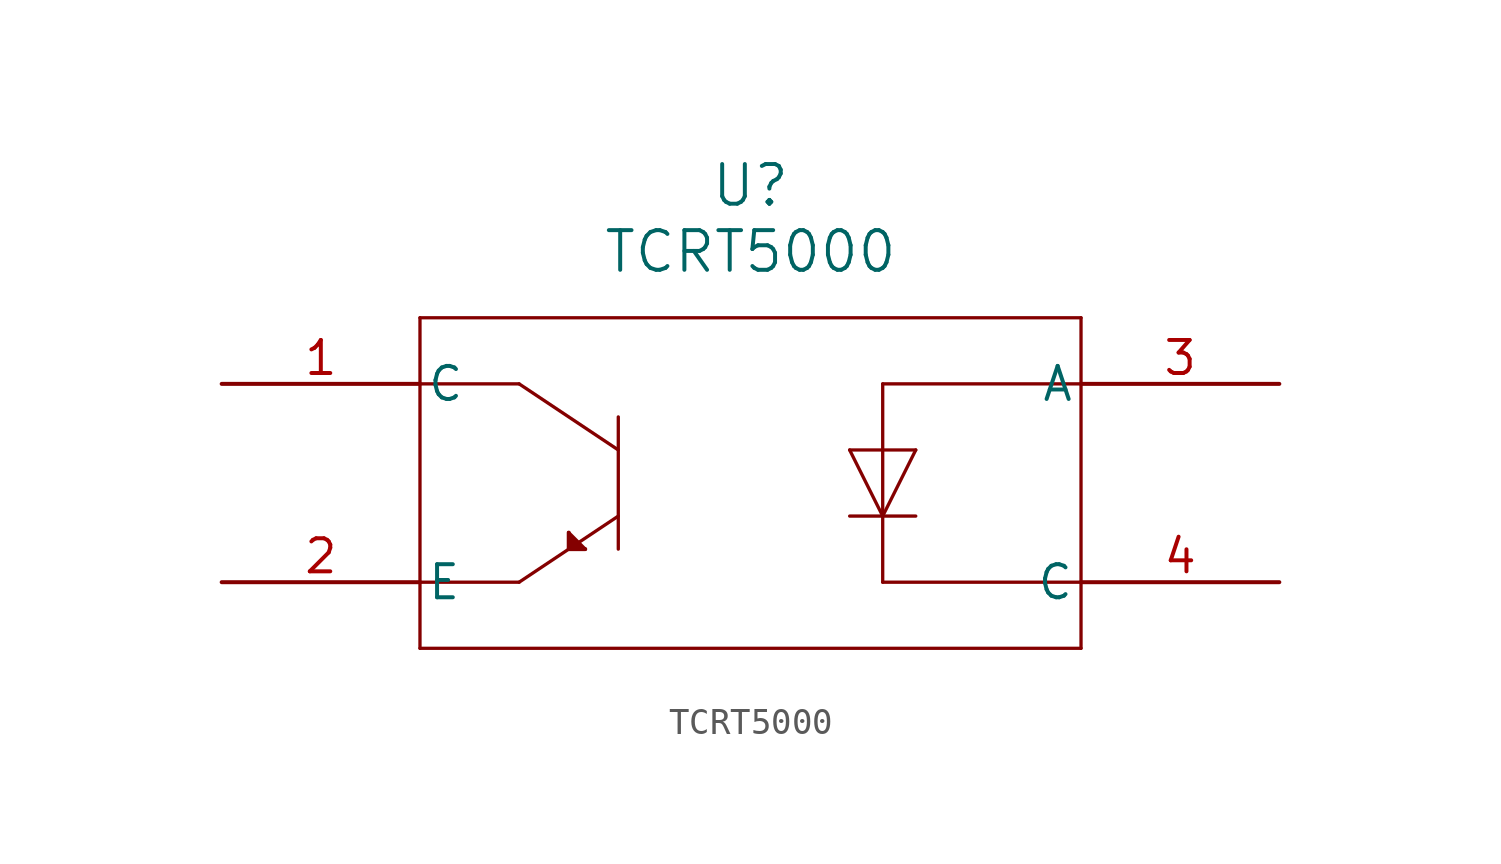
<source format=kicad_sym>
(kicad_symbol_lib
  (version 20241209)
  (generator "kicad_symbol_editor")
  (generator_version "9.0")
  (symbol "TCRT5000"
    (pin_names
      (offset 0.254))
    (property "Reference" "U"
      (at 39.37 8.89 0)
      (effects (font (size 1.524 1.524))))
    (property "Value" "TCRT5000"
      (at 39.37 6.35 0)
      (effects (font (size 1.524 1.524))))
    (property "ki_locked" ""
      (at 0 0 0)
      (effects (font (size 1.27 1.27))))
    (symbol "TCRT5000_0_1"
      (polyline (pts (xy 26.67 3.81) (xy 26.67 -8.89)) (stroke (width 0.127) (type default)) (fill (type none)))
      (polyline (pts (xy 26.67 1.27) (xy 30.48 1.27)) (stroke (width 0.127) (type default)) (fill (type none)))
      (polyline (pts (xy 26.67 -6.35) (xy 30.48 -6.35)) (stroke (width 0.127) (type default)) (fill (type none)))
      (polyline (pts (xy 26.67 -8.89) (xy 52.07 -8.89)) (stroke (width 0.127) (type default)) (fill (type none)))
      (polyline (pts (xy 30.48 1.27) (xy 34.29 -1.27)) (stroke (width 0.127) (type default)) (fill (type none)))
      (polyline (pts (xy 30.48 -6.35) (xy 34.29 -3.81)) (stroke (width 0.127) (type default)) (fill (type none)))
      (polyline (pts (xy 32.385 -4.445) (xy 32.385 -5.08) (xy 33.02 -5.08)) (stroke (width 0) (type default)) (fill (type outline)))
      (polyline (pts (xy 32.385 -5.08) (xy 32.385 -4.445)) (stroke (width 0.127) (type default)) (fill (type none)))
      (polyline (pts (xy 32.385 -5.08) (xy 33.02 -5.08)) (stroke (width 0.127) (type default)) (fill (type none)))
      (polyline (pts (xy 33.02 -5.08) (xy 32.385 -4.445)) (stroke (width 0.127) (type default)) (fill (type none)))
      (polyline (pts (xy 34.29 0) (xy 34.29 -5.08)) (stroke (width 0.127) (type default)) (fill (type none)))
      (polyline (pts (xy 43.18 -1.27) (xy 44.45 -3.81)) (stroke (width 0.127) (type default)) (fill (type none)))
      (polyline (pts (xy 43.18 -1.27) (xy 45.72 -1.27)) (stroke (width 0.127) (type default)) (fill (type none)))
      (polyline (pts (xy 43.18 -3.81) (xy 45.72 -3.81)) (stroke (width 0.127) (type default)) (fill (type none)))
      (polyline (pts (xy 44.45 -3.81) (xy 45.72 -1.27)) (stroke (width 0.127) (type default)) (fill (type none)))
      (polyline (pts (xy 44.45 -6.35) (xy 44.45 1.27)) (stroke (width 0.127) (type default)) (fill (type none)))
      (polyline (pts (xy 52.07 3.81) (xy 26.67 3.81)) (stroke (width 0.127) (type default)) (fill (type none)))
      (polyline (pts (xy 52.07 1.27) (xy 44.45 1.27)) (stroke (width 0.127) (type default)) (fill (type none)))
      (polyline (pts (xy 52.07 -6.35) (xy 44.45 -6.35)) (stroke (width 0.127) (type default)) (fill (type none)))
      (polyline (pts (xy 52.07 -8.89) (xy 52.07 3.81)) (stroke (width 0.127) (type default)) (fill (type none))))
    (symbol "TCRT5000_1_1"
      (pin bidirectional line (at 19.05 1.27 0) (length 7.62) (name "C" (effects (font (size 1.27 1.27)))) (number "1" (effects (font (size 1.27 1.27)))))
      (pin bidirectional line (at 19.05 -6.35 0) (length 7.62) (name "E" (effects (font (size 1.27 1.27)))) (number "2" (effects (font (size 1.27 1.27)))))
      (pin bidirectional line (at 59.69 1.27 180) (length 7.62) (name "A" (effects (font (size 1.27 1.27)))) (number "3" (effects (font (size 1.27 1.27)))))
      (pin bidirectional line (at 59.69 -6.35 180) (length 7.62) (name "C" (effects (font (size 1.27 1.27)))) (number "4" (effects (font (size 1.27 1.27))))))))
</source>
